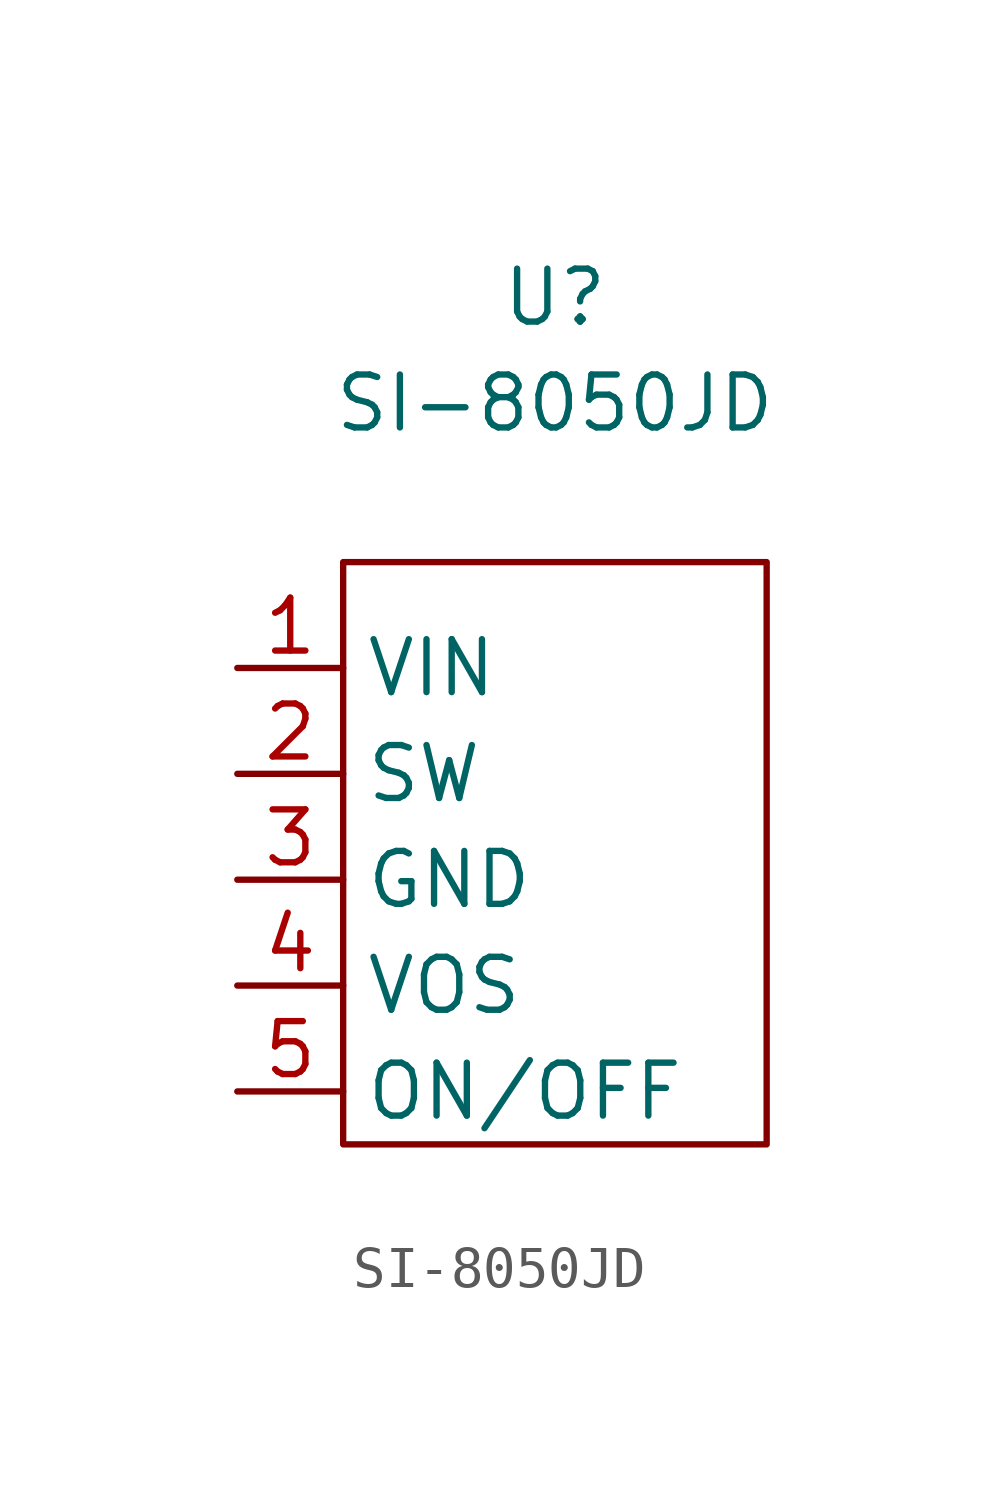
<source format=kicad_sym>
(kicad_symbol_lib
  (version 20211014)
  (generator kicad_symbol_editor)
  (symbol "SI-8050JD"
    (property "Reference" "U"
      (at 0 13.97 0)
      (effects (font (size 1.27 1.27))))
    (property "Value" "SI-8050JD"
      (at 0 11.43 0)
      (effects (font (size 1.27 1.27))))
    (symbol "SI-8050JD_0_1"
      (rectangle (start -5.08 7.62) (end 5.08 -6.35) (stroke (width 0) (type default) (color 0 0 0 0)) (fill (type none))))
    (symbol "SI-8050JD_1_1"
      (pin power_in line (at -7.62 5.08 0) (length 2.54) (name "VIN" (effects (font (size 1.27 1.27)))) (number "1" (effects (font (size 1.27 1.27)))))
      (pin power_out line (at -7.62 2.54 0) (length 2.54) (name "SW" (effects (font (size 1.27 1.27)))) (number "2" (effects (font (size 1.27 1.27)))))
      (pin power_out line (at -7.62 0 0) (length 2.54) (name "GND" (effects (font (size 1.27 1.27)))) (number "3" (effects (font (size 1.27 1.27)))))
      (pin unspecified line (at -7.62 -2.54 0) (length 2.54) (name "VOS" (effects (font (size 1.27 1.27)))) (number "4" (effects (font (size 1.27 1.27)))))
      (pin unspecified line (at -7.62 -5.08 0) (length 2.54) (name "ON/OFF" (effects (font (size 1.27 1.27)))) (number "5" (effects (font (size 1.27 1.27))))))))
</source>
